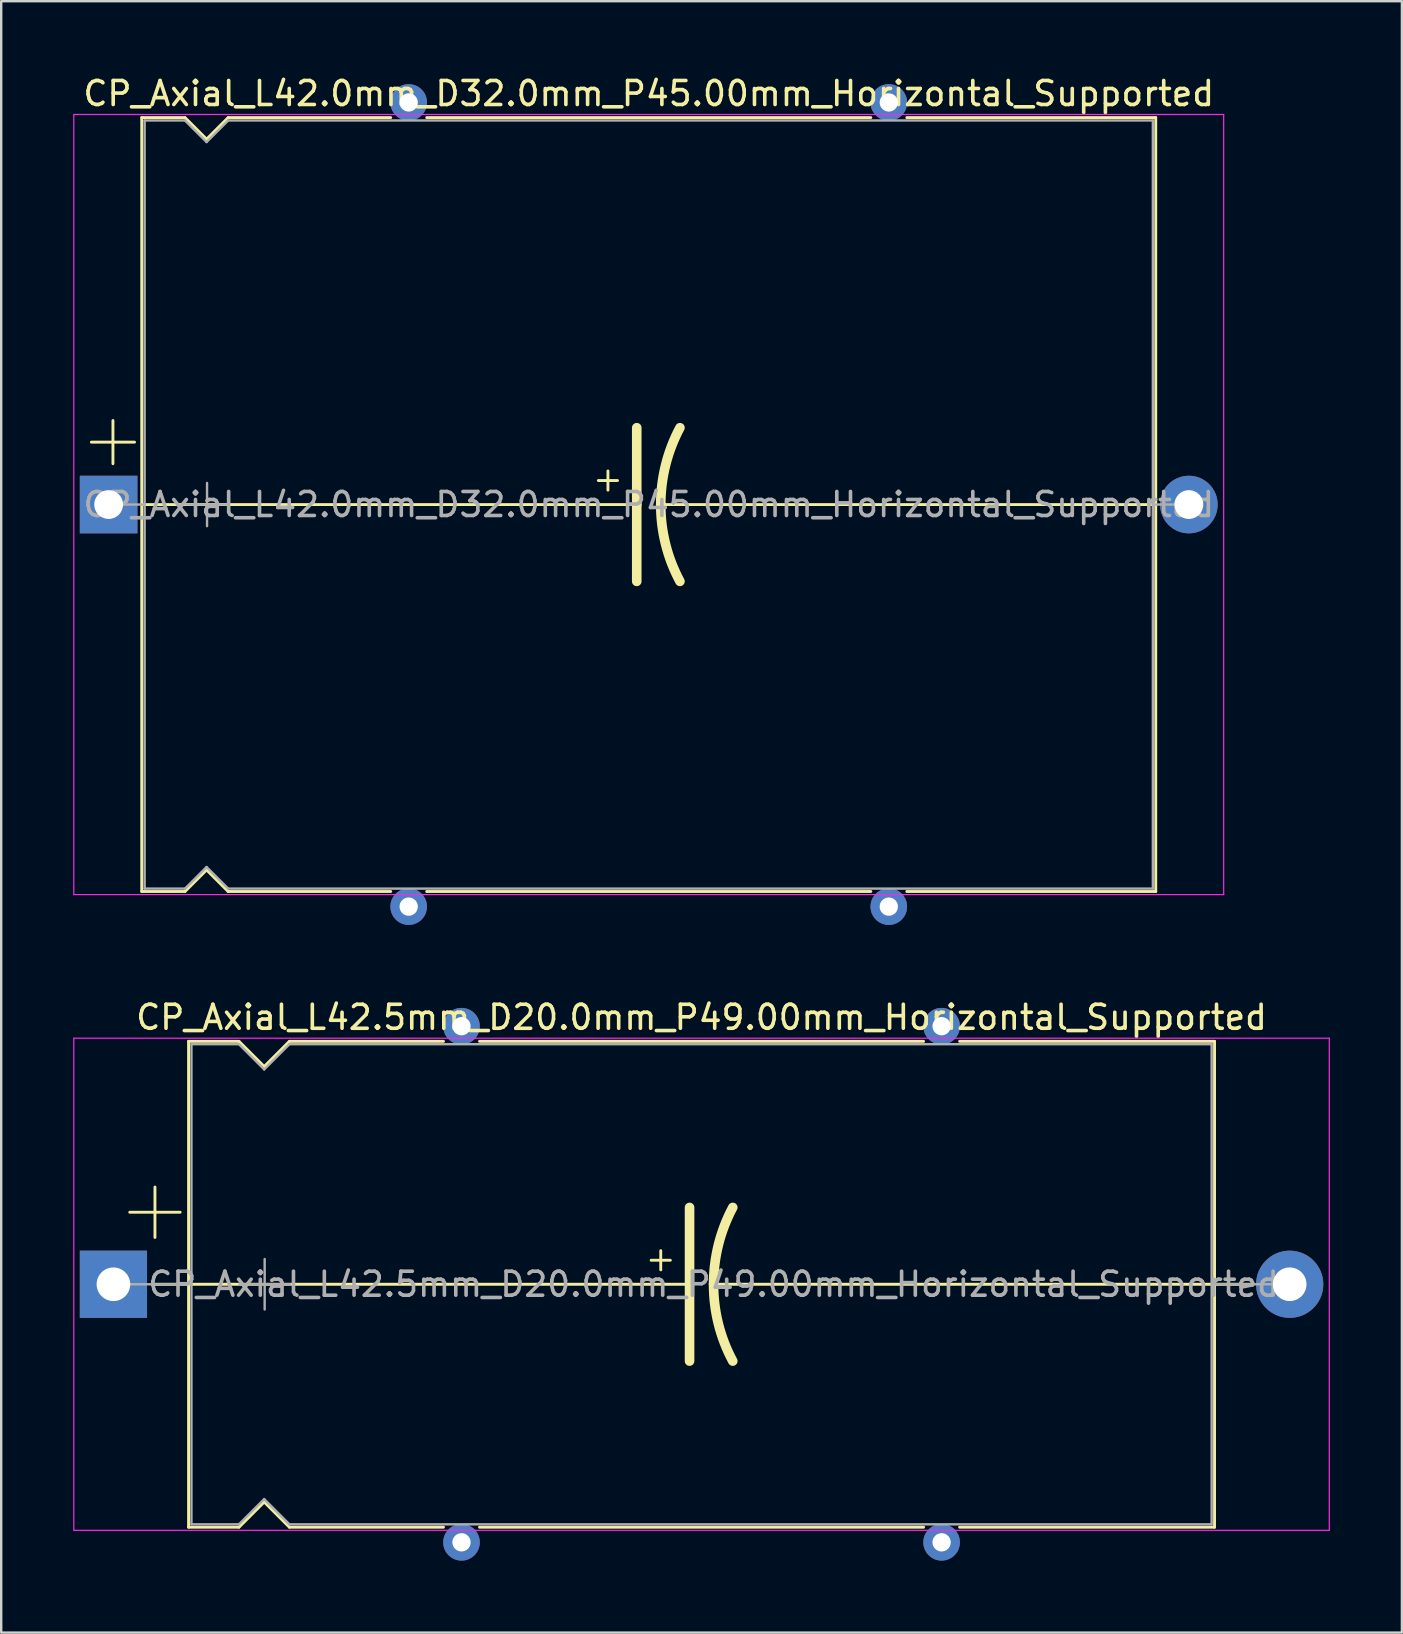
<source format=kicad_pcb>
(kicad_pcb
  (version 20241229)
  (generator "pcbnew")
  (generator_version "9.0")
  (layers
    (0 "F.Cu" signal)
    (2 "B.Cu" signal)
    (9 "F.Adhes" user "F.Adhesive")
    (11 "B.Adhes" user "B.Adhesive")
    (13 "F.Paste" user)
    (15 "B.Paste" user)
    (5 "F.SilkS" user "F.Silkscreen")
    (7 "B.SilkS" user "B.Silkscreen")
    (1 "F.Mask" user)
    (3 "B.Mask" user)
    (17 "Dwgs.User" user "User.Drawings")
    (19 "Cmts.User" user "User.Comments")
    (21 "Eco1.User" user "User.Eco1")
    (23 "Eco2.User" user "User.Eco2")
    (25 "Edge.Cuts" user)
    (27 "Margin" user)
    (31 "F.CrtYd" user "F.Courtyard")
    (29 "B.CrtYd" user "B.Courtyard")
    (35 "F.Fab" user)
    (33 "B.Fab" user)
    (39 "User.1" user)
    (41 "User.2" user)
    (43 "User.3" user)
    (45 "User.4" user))
  (footprint "CP_Axial_L42.0mm_D32.0mm_P45.00mm_Horizontal_Supported"
    (layer "F.Cu")
    (at 1.475 17.968)
    (property "Reference" "CP_Axial_L42.0mm_D32.0mm_P45.00mm_Horizontal_Supported" (at 22.5 -17.12 0) (layer "F.SilkS") (effects (font (size 1 1) (thickness 0.15))))
    (attr through_hole)
    (fp_line (start -0.72 -2.6) (end 1.08 -2.6) (stroke (width 0.12) (type solid)) (layer "F.SilkS"))
    (fp_line (start 0.18 -3.5) (end 0.18 -1.7) (stroke (width 0.12) (type solid)) (layer "F.SilkS"))
    (fp_line (start 1.38 -16.12) (end 1.38 16.12) (stroke (width 0.12) (type solid)) (layer "F.SilkS"))
    (fp_line (start 1.38 -16.12) (end 3.18 -16.12) (stroke (width 0.12) (type solid)) (layer "F.SilkS"))
    (fp_line (start 1.38 0) (end 22 0) (stroke (width 0.12) (type solid)) (layer "F.SilkS"))
    (fp_line (start 1.38 16.12) (end 3.18 16.12) (stroke (width 0.12) (type solid)) (layer "F.SilkS"))
    (fp_line (start 3.18 -16.12) (end 4.08 -15.22) (stroke (width 0.12) (type solid)) (layer "F.SilkS"))
    (fp_line (start 3.18 16.12) (end 4.08 15.22) (stroke (width 0.12) (type solid)) (layer "F.SilkS"))
    (fp_line (start 4.08 -15.22) (end 4.98 -16.12) (stroke (width 0.12) (type solid)) (layer "F.SilkS"))
    (fp_line (start 4.08 15.22) (end 4.98 16.12) (stroke (width 0.12) (type solid)) (layer "F.SilkS"))
    (fp_line (start 4.98 -16.12) (end 11.75 -16.12) (stroke (width 0.12) (type solid)) (layer "F.SilkS"))
    (fp_line (start 4.98 16.12) (end 11.75 16.12) (stroke (width 0.12) (type solid)) (layer "F.SilkS"))
    (fp_line (start 13.25 -16.12) (end 31.75 -16.12) (stroke (width 0.12) (type solid)) (layer "F.SilkS"))
    (fp_line (start 13.25 16.12) (end 31.75 16.12) (stroke (width 0.12) (type solid)) (layer "F.SilkS"))
    (fp_line (start 20.4 -1) (end 21.2 -1) (stroke (width 0.12) (type solid)) (layer "F.SilkS"))
    (fp_line (start 20.8 -1.4) (end 20.8 -0.6) (stroke (width 0.12) (type solid)) (layer "F.SilkS"))
    (fp_line (start 22 0) (end 22 -3.2) (stroke (width 0.4) (type solid)) (layer "F.SilkS"))
    (fp_line (start 22 0) (end 22 3.2) (stroke (width 0.4) (type solid)) (layer "F.SilkS"))
    (fp_line (start 33.25 -16.12) (end 43.62 -16.12) (stroke (width 0.12) (type solid)) (layer "F.SilkS"))
    (fp_line (start 33.25 16.12) (end 43.62 16.12) (stroke (width 0.12) (type solid)) (layer "F.SilkS"))
    (fp_line (start 43.62 -16.12) (end 43.62 16.12) (stroke (width 0.12) (type solid)) (layer "F.SilkS"))
    (fp_line (start 43.62 0) (end 23 0) (stroke (width 0.12) (type solid)) (layer "F.SilkS"))
    (fp_arc (start 23 0) (mid 23.203545 -1.649114) (end 23.8 -3.2) (stroke (width 0.4) (type solid)) (layer "F.SilkS"))
    (fp_arc (start 23.8 3.2) (mid 23.200709 1.649823) (end 23 0) (stroke (width 0.4) (type solid)) (layer "F.SilkS"))
    (fp_line (start -1.45 -16.25) (end -1.45 16.25) (stroke (width 0.05) (type solid)) (layer "F.CrtYd"))
    (fp_line (start -1.45 16.25) (end 46.45 16.25) (stroke (width 0.05) (type solid)) (layer "F.CrtYd"))
    (fp_line (start 46.45 -16.25) (end -1.45 -16.25) (stroke (width 0.05) (type solid)) (layer "F.CrtYd"))
    (fp_line (start 46.45 16.25) (end 46.45 -16.25) (stroke (width 0.05) (type solid)) (layer "F.CrtYd"))
    (fp_line (start 0 0) (end 1.5 0) (stroke (width 0.1) (type solid)) (layer "F.Fab"))
    (fp_line (start 1.5 -16) (end 1.5 16) (stroke (width 0.1) (type solid)) (layer "F.Fab"))
    (fp_line (start 1.5 -16) (end 3.18 -16) (stroke (width 0.1) (type solid)) (layer "F.Fab"))
    (fp_line (start 1.5 16) (end 3.18 16) (stroke (width 0.1) (type solid)) (layer "F.Fab"))
    (fp_line (start 3.18 -16) (end 4.08 -15.1) (stroke (width 0.1) (type solid)) (layer "F.Fab"))
    (fp_line (start 3.18 16) (end 4.08 15.1) (stroke (width 0.1) (type solid)) (layer "F.Fab"))
    (fp_line (start 3.2 0) (end 5 0) (stroke (width 0.1) (type solid)) (layer "F.Fab"))
    (fp_line (start 4.08 -15.1) (end 4.98 -16) (stroke (width 0.1) (type solid)) (layer "F.Fab"))
    (fp_line (start 4.08 15.1) (end 4.98 16) (stroke (width 0.1) (type solid)) (layer "F.Fab"))
    (fp_line (start 4.1 -0.9) (end 4.1 0.9) (stroke (width 0.1) (type solid)) (layer "F.Fab"))
    (fp_line (start 4.98 -16) (end 43.5 -16) (stroke (width 0.1) (type solid)) (layer "F.Fab"))
    (fp_line (start 4.98 16) (end 43.5 16) (stroke (width 0.1) (type solid)) (layer "F.Fab"))
    (fp_line (start 43.5 -16) (end 43.5 16) (stroke (width 0.1) (type solid)) (layer "F.Fab"))
    (fp_line (start 45 0) (end 43.5 0) (stroke (width 0.1) (type solid)) (layer "F.Fab"))
    (fp_text user "${REFERENCE}" (at 22.5 0 0) (layer "F.Fab") (effects (font (size 1 1) (thickness 0.15))))
    (pad "" thru_hole circle (at 12.5 -16.75) (size 1.524 1.524) (drill 0.762) (layers "*.Cu" "*.Mask"))
    (pad "" thru_hole circle (at 12.5 16.75) (size 1.524 1.524) (drill 0.762) (layers "*.Cu" "*.Mask"))
    (pad "" thru_hole circle (at 32.5 -16.75) (size 1.524 1.524) (drill 0.762) (layers "*.Cu" "*.Mask"))
    (pad "" thru_hole circle (at 32.5 16.75) (size 1.524 1.524) (drill 0.762) (layers "*.Cu" "*.Mask"))
    (pad "1" thru_hole rect (at 0 0) (size 2.4 2.4) (drill 1.2) (layers "*.Cu" "*.Mask"))
    (pad "2" thru_hole oval (at 45 0) (size 2.4 2.4) (drill 1.2) (layers "*.Cu" "*.Mask")))
  (footprint "CP_Axial_L42.5mm_D20.0mm_P49.00mm_Horizontal_Supported"
    (layer "F.Cu")
    (at 1.675 50.449)
    (property "Reference" "CP_Axial_L42.5mm_D20.0mm_P49.00mm_Horizontal_Supported" (at 24.5 -11.12 0) (layer "F.SilkS") (effects (font (size 1 1) (thickness 0.15))))
    (attr through_hole)
    (fp_line (start 0.68 -3) (end 2.78 -3) (stroke (width 0.12) (type solid)) (layer "F.SilkS"))
    (fp_line (start 1.64 0) (end 3.13 0) (stroke (width 0.12) (type solid)) (layer "F.SilkS"))
    (fp_line (start 1.73 -4.05) (end 1.73 -1.95) (stroke (width 0.12) (type solid)) (layer "F.SilkS"))
    (fp_line (start 3.13 -10.12) (end 3.13 10.12) (stroke (width 0.12) (type solid)) (layer "F.SilkS"))
    (fp_line (start 3.13 -10.12) (end 5.23 -10.12) (stroke (width 0.12) (type solid)) (layer "F.SilkS"))
    (fp_line (start 3.13 0) (end 24 0) (stroke (width 0.12) (type solid)) (layer "F.SilkS"))
    (fp_line (start 3.13 10.12) (end 5.23 10.12) (stroke (width 0.12) (type solid)) (layer "F.SilkS"))
    (fp_line (start 5.23 -10.12) (end 6.28 -9.07) (stroke (width 0.12) (type solid)) (layer "F.SilkS"))
    (fp_line (start 5.23 10.12) (end 6.28 9.07) (stroke (width 0.12) (type solid)) (layer "F.SilkS"))
    (fp_line (start 6.28 -9.07) (end 7.33 -10.12) (stroke (width 0.12) (type solid)) (layer "F.SilkS"))
    (fp_line (start 6.28 9.07) (end 7.33 10.12) (stroke (width 0.12) (type solid)) (layer "F.SilkS"))
    (fp_line (start 7.33 -10.12) (end 13.75 -10.12) (stroke (width 0.12) (type solid)) (layer "F.SilkS"))
    (fp_line (start 7.33 10.12) (end 13.75 10.12) (stroke (width 0.12) (type solid)) (layer "F.SilkS"))
    (fp_line (start 15.25 -10.12) (end 33.75 -10.12) (stroke (width 0.12) (type solid)) (layer "F.SilkS"))
    (fp_line (start 15.25 10.12) (end 33.75 10.12) (stroke (width 0.12) (type solid)) (layer "F.SilkS"))
    (fp_line (start 22.4 -1) (end 23.2 -1) (stroke (width 0.12) (type solid)) (layer "F.SilkS"))
    (fp_line (start 22.8 -1.4) (end 22.8 -0.6) (stroke (width 0.12) (type solid)) (layer "F.SilkS"))
    (fp_line (start 24 0) (end 24 -3.2) (stroke (width 0.4) (type solid)) (layer "F.SilkS"))
    (fp_line (start 24 0) (end 24 3.2) (stroke (width 0.4) (type solid)) (layer "F.SilkS"))
    (fp_line (start 35.25 -10.12) (end 45.87 -10.12) (stroke (width 0.12) (type solid)) (layer "F.SilkS"))
    (fp_line (start 35.25 10.12) (end 45.87 10.12) (stroke (width 0.12) (type solid)) (layer "F.SilkS"))
    (fp_line (start 45.87 -10.12) (end 45.87 10.12) (stroke (width 0.12) (type solid)) (layer "F.SilkS"))
    (fp_line (start 45.87 0) (end 25 0) (stroke (width 0.12) (type solid)) (layer "F.SilkS"))
    (fp_line (start 47.36 0) (end 45.87 0) (stroke (width 0.12) (type solid)) (layer "F.SilkS"))
    (fp_arc (start 25 0) (mid 25.203545 -1.649114) (end 25.8 -3.2) (stroke (width 0.4) (type solid)) (layer "F.SilkS"))
    (fp_arc (start 25.8 3.2) (mid 25.200709 1.649823) (end 25 0) (stroke (width 0.4) (type solid)) (layer "F.SilkS"))
    (fp_line (start -1.65 -10.25) (end -1.65 10.25) (stroke (width 0.05) (type solid)) (layer "F.CrtYd"))
    (fp_line (start -1.65 10.25) (end 50.65 10.25) (stroke (width 0.05) (type solid)) (layer "F.CrtYd"))
    (fp_line (start 50.65 -10.25) (end -1.65 -10.25) (stroke (width 0.05) (type solid)) (layer "F.CrtYd"))
    (fp_line (start 50.65 10.25) (end 50.65 -10.25) (stroke (width 0.05) (type solid)) (layer "F.CrtYd"))
    (fp_line (start 0 0) (end 3.25 0) (stroke (width 0.1) (type solid)) (layer "F.Fab"))
    (fp_line (start 3.25 -10) (end 3.25 10) (stroke (width 0.1) (type solid)) (layer "F.Fab"))
    (fp_line (start 3.25 -10) (end 5.23 -10) (stroke (width 0.1) (type solid)) (layer "F.Fab"))
    (fp_line (start 3.25 10) (end 5.23 10) (stroke (width 0.1) (type solid)) (layer "F.Fab"))
    (fp_line (start 5.23 -10) (end 6.28 -8.95) (stroke (width 0.1) (type solid)) (layer "F.Fab"))
    (fp_line (start 5.23 10) (end 6.28 8.95) (stroke (width 0.1) (type solid)) (layer "F.Fab"))
    (fp_line (start 5.25 0) (end 7.35 0) (stroke (width 0.1) (type solid)) (layer "F.Fab"))
    (fp_line (start 6.28 -8.95) (end 7.33 -10) (stroke (width 0.1) (type solid)) (layer "F.Fab"))
    (fp_line (start 6.28 8.95) (end 7.33 10) (stroke (width 0.1) (type solid)) (layer "F.Fab"))
    (fp_line (start 6.3 -1.05) (end 6.3 1.05) (stroke (width 0.1) (type solid)) (layer "F.Fab"))
    (fp_line (start 7.33 -10) (end 45.75 -10) (stroke (width 0.1) (type solid)) (layer "F.Fab"))
    (fp_line (start 7.33 10) (end 45.75 10) (stroke (width 0.1) (type solid)) (layer "F.Fab"))
    (fp_line (start 45.75 -10) (end 45.75 10) (stroke (width 0.1) (type solid)) (layer "F.Fab"))
    (fp_line (start 49 0) (end 45.75 0) (stroke (width 0.1) (type solid)) (layer "F.Fab"))
    (fp_text user "${REFERENCE}" (at 25 0 0) (layer "F.Fab") (effects (font (size 1 1) (thickness 0.15))))
    (pad "" thru_hole circle (at 14.5 -10.75) (size 1.524 1.524) (drill 0.762) (layers "*.Cu" "*.Mask"))
    (pad "" thru_hole circle (at 14.5 10.75) (size 1.524 1.524) (drill 0.762) (layers "*.Cu" "*.Mask"))
    (pad "" thru_hole circle (at 34.5 -10.75) (size 1.524 1.524) (drill 0.762) (layers "*.Cu" "*.Mask"))
    (pad "" thru_hole circle (at 34.5 10.75) (size 1.524 1.524) (drill 0.762) (layers "*.Cu" "*.Mask"))
    (pad "1" thru_hole rect (at 0 0) (size 2.8 2.8) (drill 1.4) (layers "*.Cu" "*.Mask"))
    (pad "2" thru_hole oval (at 49 0) (size 2.8 2.8) (drill 1.4) (layers "*.Cu" "*.Mask")))
  (gr_rect
    (start -3 -3)
    (end 55.35 64.96)
    (stroke (width 0.1) (type default))
    (fill no)
    (layer "Edge.Cuts")))
</source>
